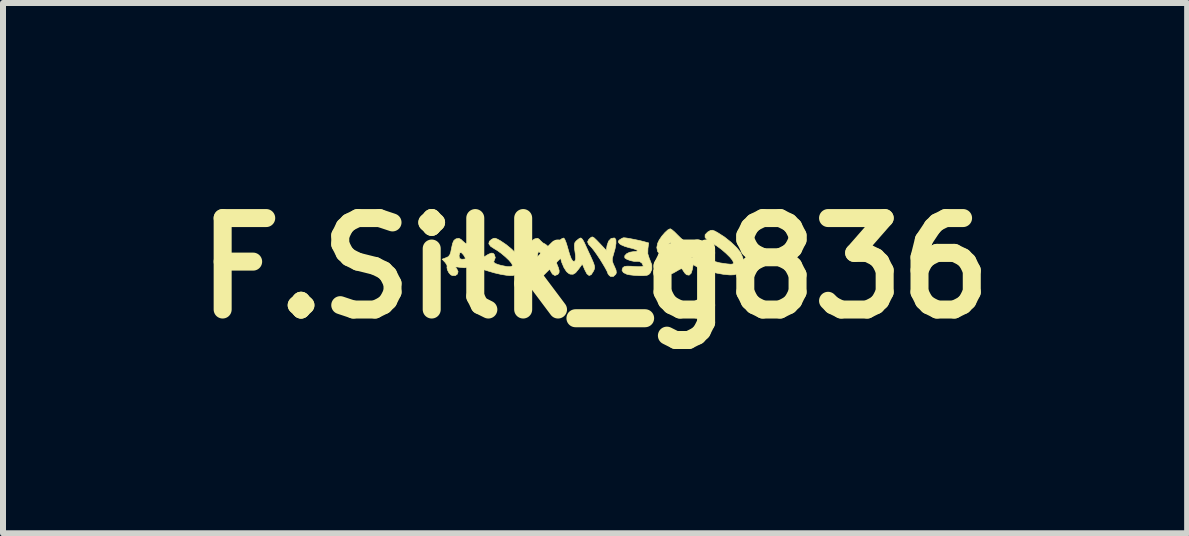
<source format=kicad_pcb>
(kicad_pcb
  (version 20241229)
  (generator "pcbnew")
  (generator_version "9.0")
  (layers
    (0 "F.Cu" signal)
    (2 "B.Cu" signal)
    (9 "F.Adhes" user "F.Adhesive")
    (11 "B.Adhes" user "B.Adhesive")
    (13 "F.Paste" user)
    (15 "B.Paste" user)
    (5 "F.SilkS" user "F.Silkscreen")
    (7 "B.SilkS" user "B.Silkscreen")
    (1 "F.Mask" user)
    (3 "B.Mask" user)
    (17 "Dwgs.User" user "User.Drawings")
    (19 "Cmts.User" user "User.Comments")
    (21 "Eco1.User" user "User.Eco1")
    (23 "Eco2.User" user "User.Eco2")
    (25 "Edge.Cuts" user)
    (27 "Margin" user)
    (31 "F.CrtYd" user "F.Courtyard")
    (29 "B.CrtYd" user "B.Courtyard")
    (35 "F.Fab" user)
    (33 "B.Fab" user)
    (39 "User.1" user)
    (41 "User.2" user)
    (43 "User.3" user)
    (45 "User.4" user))
  (footprint "F.Silk_g836"
    (layer "F.Cu")
    (at 6.865 1.418)
    (property "Reference" "F.Silk_g836" (at 0 0 0) (layer "F.SilkS") (effects (font (size 1.524 1.524) (thickness 0.3))))
    (attr through_hole)
    (fp_poly (pts (xy -0.014 -0.504) (xy 0.027 -0.465) (xy 0.073 -0.417) (xy 0.187 -0.296) (xy 0.201 -0.381) (xy 0.226 -0.451) (xy 0.267 -0.494) (xy 0.317 -0.503) (xy 0.33 -0.5) (xy 0.348 -0.471) (xy 0.349 -0.411) (xy 0.334 -0.324) (xy 0.304 -0.218) (xy 0.288 -0.162) (xy 0.288 -0.118) (xy 0.305 -0.067) (xy 0.322 -0.032) (xy 0.35 0.034) (xy 0.355 0.077) (xy 0.346 0.101) (xy 0.305 0.139) (xy 0.26 0.139) (xy 0.238 0.123) (xy 0.215 0.093) (xy 0.212 0.082) (xy 0.2 0.052) (xy 0.17 -0.004) (xy 0.127 -0.077) (xy 0.078 -0.156) (xy 0.027 -0.232) (xy -0.02 -0.297) (xy -0.055 -0.341) (xy -0.062 -0.348) (xy -0.11 -0.4) (xy -0.124 -0.439) (xy -0.106 -0.476) (xy -0.084 -0.498) (xy -0.061 -0.516) (xy -0.041 -0.52) (xy -0.014 -0.504)) (stroke (width 0.01) (type solid)) (fill yes) (layer "F.SilkS"))
    (fp_poly (pts (xy -0.226 -0.498) (xy -0.206 -0.475) (xy -0.18 -0.428) (xy -0.145 -0.352) (xy -0.095 -0.243) (xy -0.092 -0.238) (xy -0.049 -0.143) (xy -0.022 -0.079) (xy -0.009 -0.035) (xy -0.007 -0.003) (xy -0.015 0.026) (xy -0.028 0.053) (xy -0.064 0.109) (xy -0.099 0.123) (xy -0.135 0.095) (xy -0.17 0.029) (xy -0.212 -0.069) (xy -0.276 0.019) (xy -0.324 0.077) (xy -0.366 0.102) (xy -0.412 0.1) (xy -0.432 0.093) (xy -0.475 0.058) (xy -0.518 -0.009) (xy -0.556 -0.099) (xy -0.583 -0.198) (xy -0.6 -0.275) (xy -0.615 -0.34) (xy -0.624 -0.373) (xy -0.623 -0.421) (xy -0.59 -0.463) (xy -0.55 -0.493) (xy -0.52 -0.502) (xy -0.52 -0.501) (xy -0.504 -0.479) (xy -0.482 -0.426) (xy -0.459 -0.353) (xy -0.455 -0.337) (xy -0.423 -0.228) (xy -0.396 -0.156) (xy -0.371 -0.119) (xy -0.347 -0.112) (xy -0.34 -0.116) (xy -0.324 -0.145) (xy -0.325 -0.207) (xy -0.328 -0.23) (xy -0.341 -0.322) (xy -0.344 -0.383) (xy -0.337 -0.423) (xy -0.316 -0.451) (xy -0.29 -0.473) (xy -0.264 -0.493) (xy -0.244 -0.503) (xy -0.226 -0.498)) (stroke (width 0.01) (type solid)) (fill yes) (layer "F.SilkS"))
    (fp_poly (pts (xy 0.517 -0.503) (xy 0.584 -0.492) (xy 0.665 -0.476) (xy 0.747 -0.459) (xy 0.81 -0.443) (xy 0.894 -0.42) (xy 0.881 -0.325) (xy 0.879 -0.24) (xy 0.903 -0.164) (xy 0.91 -0.148) (xy 0.946 -0.055) (xy 0.947 0.02) (xy 0.92 0.08) (xy 0.896 0.106) (xy 0.864 0.12) (xy 0.81 0.125) (xy 0.745 0.125) (xy 0.659 0.121) (xy 0.58 0.112) (xy 0.533 0.103) (xy 0.473 0.074) (xy 0.449 0.035) (xy 0.464 -0.009) (xy 0.466 -0.01) (xy 0.489 -0.026) (xy 0.53 -0.033) (xy 0.6 -0.032) (xy 0.648 -0.028) (xy 0.725 -0.024) (xy 0.78 -0.026) (xy 0.803 -0.033) (xy 0.804 -0.034) (xy 0.785 -0.08) (xy 0.743 -0.11) (xy 0.704 -0.113) (xy 0.654 -0.112) (xy 0.592 -0.125) (xy 0.533 -0.146) (xy 0.497 -0.17) (xy 0.496 -0.172) (xy 0.495 -0.206) (xy 0.526 -0.24) (xy 0.578 -0.265) (xy 0.64 -0.275) (xy 0.694 -0.279) (xy 0.709 -0.29) (xy 0.686 -0.307) (xy 0.628 -0.327) (xy 0.571 -0.34) (xy 0.497 -0.362) (xy 0.436 -0.388) (xy 0.408 -0.407) (xy 0.386 -0.438) (xy 0.396 -0.461) (xy 0.414 -0.476) (xy 0.455 -0.5) (xy 0.479 -0.507) (xy 0.517 -0.503)) (stroke (width 0.01) (type solid)) (fill yes) (layer "F.SilkS"))
    (fp_poly (pts (xy -0.925 -0.477) (xy -0.916 -0.465) (xy -0.871 -0.422) (xy -0.832 -0.401) (xy -0.8 -0.378) (xy -0.764 -0.329) (xy -0.72 -0.25) (xy -0.686 -0.18) (xy -0.64 -0.079) (xy -0.611 -0.008) (xy -0.598 0.04) (xy -0.599 0.072) (xy -0.612 0.095) (xy -0.624 0.106) (xy -0.669 0.123) (xy -0.711 0.098) (xy -0.75 0.031) (xy -0.754 0.021) (xy -0.777 -0.031) (xy -0.794 -0.049) (xy -0.815 -0.041) (xy -0.824 -0.033) (xy -0.873 -0.011) (xy -0.938 -0.014) (xy -0.99 -0.016) (xy -1.016 -0.005) (xy -1.011 0.014) (xy -0.984 0.029) (xy -0.963 0.045) (xy -0.972 0.074) (xy -0.978 0.084) (xy -1.021 0.12) (xy -1.074 0.122) (xy -1.123 0.089) (xy -1.133 0.075) (xy -1.156 0.023) (xy -1.16 -0.018) (xy -1.169 -0.064) (xy -1.193 -0.102) (xy -1.217 -0.132) (xy -1.212 -0.152) (xy -1.175 -0.174) (xy -1.168 -0.178) (xy -1.163 -0.182) (xy -0.965 -0.182) (xy -0.965 -0.158) (xy -0.935 -0.149) (xy -0.911 -0.148) (xy -0.844 -0.148) (xy -0.882 -0.212) (xy -0.916 -0.26) (xy -0.941 -0.274) (xy -0.952 -0.252) (xy -0.953 -0.245) (xy -0.96 -0.199) (xy -0.965 -0.182) (xy -1.163 -0.182) (xy -1.123 -0.211) (xy -1.099 -0.259) (xy -1.09 -0.301) (xy -1.076 -0.385) (xy -1.06 -0.437) (xy -1.039 -0.467) (xy -1.008 -0.486) (xy -1.001 -0.489) (xy -0.956 -0.498) (xy -0.925 -0.477)) (stroke (width 0.01) (type solid)) (fill yes) (layer "F.SilkS"))
    (fp_poly (pts (xy -1.625 -0.483) (xy -1.573 -0.454) (xy -1.48 -0.391) (xy -1.39 -0.317) (xy -1.313 -0.241) (xy -1.261 -0.172) (xy -1.256 -0.163) (xy -1.234 -0.078) (xy -1.25 0.008) (xy -1.299 0.082) (xy -1.301 0.084) (xy -1.335 0.111) (xy -1.37 0.123) (xy -1.422 0.124) (xy -1.481 0.118) (xy -1.572 0.103) (xy -1.676 0.079) (xy -1.758 0.055) (xy -1.833 0.032) (xy -1.878 0.021) (xy -1.899 0.023) (xy -1.905 0.038) (xy -1.905 0.043) (xy -1.92 0.091) (xy -1.957 0.117) (xy -2.001 0.116) (xy -2.036 0.088) (xy -2.045 0.069) (xy -2.062 0.02) (xy -2.078 -0.021) (xy -2.095 -0.056) (xy -2.108 -0.054) (xy -2.12 -0.036) (xy -2.141 -0.013) (xy -2.176 -0.006) (xy -2.239 -0.012) (xy -2.24 -0.012) (xy -2.299 -0.02) (xy -2.322 -0.018) (xy -2.318 -0.005) (xy -2.303 0.013) (xy -2.282 0.059) (xy -2.294 0.099) (xy -2.328 0.124) (xy -2.376 0.124) (xy -2.405 0.111) (xy -2.436 0.076) (xy -2.46 0.029) (xy -2.468 -0.013) (xy -2.465 -0.023) (xy -2.468 -0.052) (xy -2.495 -0.093) (xy -2.499 -0.097) (xy -2.548 -0.149) (xy -2.482 -0.174) (xy -2.445 -0.191) (xy -2.438 -0.2) (xy -2.265 -0.2) (xy -2.256 -0.16) (xy -2.221 -0.148) (xy -2.212 -0.148) (xy -2.172 -0.152) (xy -2.159 -0.159) (xy -2.169 -0.184) (xy -2.193 -0.223) (xy -2.228 -0.259) (xy -2.253 -0.255) (xy -2.265 -0.212) (xy -2.265 -0.2) (xy -2.438 -0.2) (xy -2.422 -0.218) (xy -2.405 -0.264) (xy -2.391 -0.334) (xy -2.374 -0.41) (xy -2.355 -0.456) (xy -2.33 -0.48) (xy -2.313 -0.489) (xy -2.27 -0.497) (xy -2.234 -0.479) (xy -2.21 -0.456) (xy -2.168 -0.419) (xy -2.132 -0.402) (xy -2.129 -0.402) (xy -2.104 -0.384) (xy -2.07 -0.333) (xy -2.031 -0.259) (xy -2.03 -0.257) (xy -1.963 -0.112) (xy -1.855 -0.183) (xy -1.781 -0.229) (xy -1.731 -0.25) (xy -1.699 -0.248) (xy -1.679 -0.228) (xy -1.662 -0.175) (xy -1.679 -0.131) (xy -1.689 -0.104) (xy -1.669 -0.08) (xy -1.613 -0.059) (xy -1.562 -0.045) (xy -1.466 -0.026) (xy -1.405 -0.024) (xy -1.378 -0.039) (xy -1.376 -0.049) (xy -1.392 -0.082) (xy -1.434 -0.132) (xy -1.494 -0.189) (xy -1.563 -0.247) (xy -1.632 -0.296) (xy -1.666 -0.316) (xy -1.739 -0.363) (xy -1.77 -0.406) (xy -1.762 -0.446) (xy -1.727 -0.477) (xy -1.693 -0.496) (xy -1.664 -0.499) (xy -1.625 -0.483)) (stroke (width 0.01) (type solid)) (fill yes) (layer "F.SilkS"))
    (fp_poly (pts (xy 1.279 -0.642) (xy 1.324 -0.604) (xy 1.378 -0.55) (xy 1.378 -0.55) (xy 1.432 -0.497) (xy 1.479 -0.459) (xy 1.509 -0.445) (xy 1.536 -0.426) (xy 1.555 -0.386) (xy 1.57 -0.325) (xy 1.588 -0.255) (xy 1.59 -0.248) (xy 1.611 -0.169) (xy 1.678 -0.219) (xy 1.777 -0.286) (xy 1.853 -0.32) (xy 1.91 -0.323) (xy 1.928 -0.316) (xy 1.959 -0.286) (xy 1.961 -0.237) (xy 1.938 -0.166) (xy 1.945 -0.136) (xy 1.992 -0.111) (xy 2.08 -0.088) (xy 2.196 -0.071) (xy 2.262 -0.065) (xy 2.295 -0.069) (xy 2.307 -0.084) (xy 2.307 -0.092) (xy 2.291 -0.13) (xy 2.247 -0.184) (xy 2.184 -0.246) (xy 2.11 -0.31) (xy 2.032 -0.368) (xy 1.959 -0.413) (xy 1.957 -0.414) (xy 1.874 -0.465) (xy 1.833 -0.513) (xy 1.834 -0.557) (xy 1.875 -0.6) (xy 1.89 -0.61) (xy 1.926 -0.629) (xy 1.956 -0.632) (xy 1.996 -0.618) (xy 2.048 -0.589) (xy 2.157 -0.519) (xy 2.265 -0.433) (xy 2.359 -0.343) (xy 2.423 -0.265) (xy 2.465 -0.169) (xy 2.471 -0.073) (xy 2.439 0.016) (xy 2.404 0.061) (xy 2.365 0.094) (xy 2.322 0.11) (xy 2.259 0.113) (xy 2.232 0.112) (xy 2.14 0.103) (xy 2.029 0.083) (xy 1.915 0.056) (xy 1.809 0.024) (xy 1.726 -0.007) (xy 1.701 -0.02) (xy 1.635 -0.059) (xy 1.622 0.021) (xy 1.601 0.086) (xy 1.567 0.117) (xy 1.526 0.11) (xy 1.499 0.086) (xy 1.469 0.043) (xy 1.455 0.017) (xy 1.436 0.008) (xy 1.391 0.031) (xy 1.385 0.035) (xy 1.303 0.082) (xy 1.215 0.118) (xy 1.129 0.141) (xy 1.056 0.148) (xy 1.003 0.139) (xy 0.982 0.118) (xy 0.975 0.073) (xy 0.977 0.04) (xy 0.989 0.011) (xy 1.02 -0.01) (xy 1.081 -0.027) (xy 1.101 -0.031) (xy 1.184 -0.052) (xy 1.251 -0.076) (xy 1.294 -0.099) (xy 1.306 -0.119) (xy 1.304 -0.122) (xy 1.278 -0.136) (xy 1.227 -0.159) (xy 1.18 -0.178) (xy 1.092 -0.223) (xy 1.043 -0.276) (xy 1.029 -0.343) (xy 1.031 -0.353) (xy 1.209 -0.353) (xy 1.211 -0.349) (xy 1.26 -0.321) (xy 1.312 -0.302) (xy 1.355 -0.297) (xy 1.376 -0.308) (xy 1.376 -0.311) (xy 1.361 -0.34) (xy 1.326 -0.378) (xy 1.286 -0.41) (xy 1.258 -0.423) (xy 1.234 -0.409) (xy 1.214 -0.379) (xy 1.209 -0.353) (xy 1.031 -0.353) (xy 1.043 -0.414) (xy 1.07 -0.47) (xy 1.113 -0.533) (xy 1.164 -0.592) (xy 1.213 -0.637) (xy 1.251 -0.656) (xy 1.253 -0.656) (xy 1.279 -0.642)) (stroke (width 0.01) (type solid)) (fill yes) (layer "F.SilkS")))
  (gr_rect
    (start -3 -3)
    (end 16.731 5.836)
    (stroke (width 0.1) (type default))
    (fill no)
    (layer "Edge.Cuts")))
</source>
